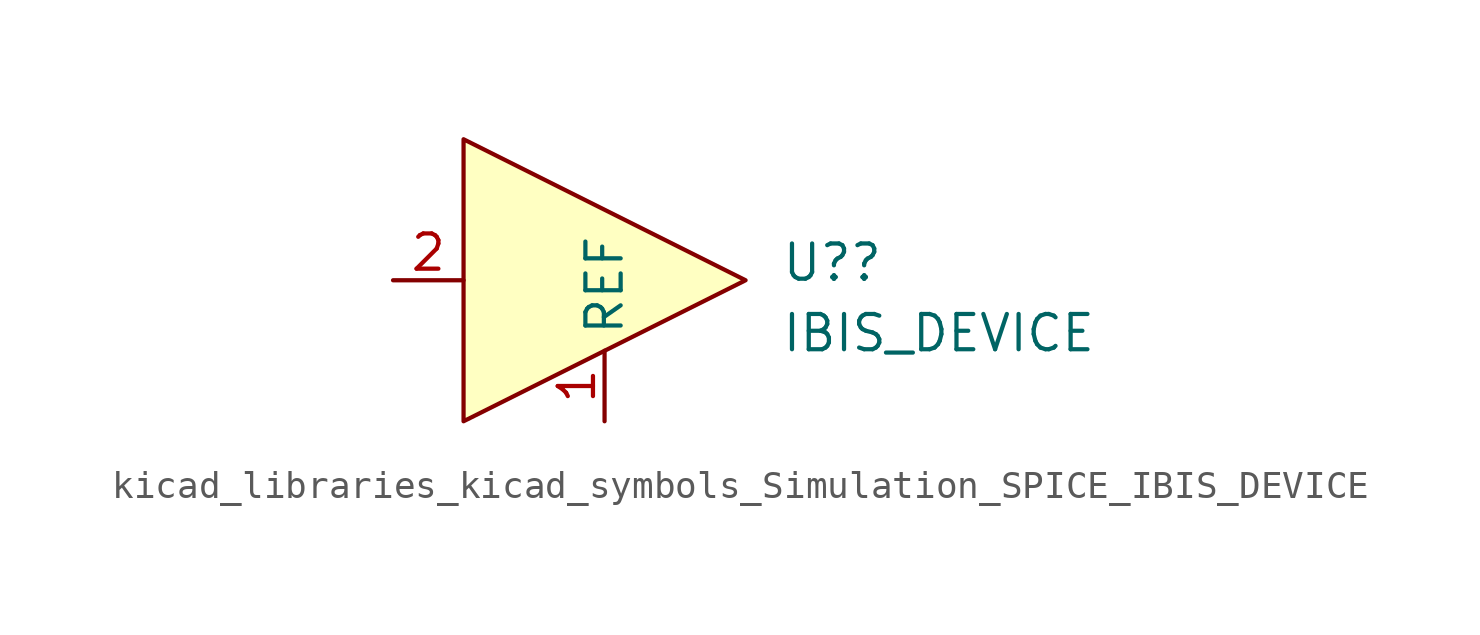
<source format=kicad_sym>
(kicad_symbol_lib
  (version 20220914)
  (generator kicad_symbol_editor)
  (symbol "kicad_libraries_kicad_symbols_Simulation_SPICE_IBIS_DEVICE"
    (property "Reference" "U?"
      (at 6.35 0.635 0)
      (effects (font (size 1.27 1.27)) (justify left)))
    (property "Value" "IBIS_DEVICE"
      (at 6.35 -1.905 0)
      (effects (font (size 1.27 1.27)) (justify left)))
    (symbol "kicad_libraries_kicad_symbols_Simulation_SPICE_IBIS_DEVICE_0_1"
      (polyline (pts (xy 5.08 0) (xy -5.08 5.08) (xy -5.08 -5.08) (xy 5.08 0)) (stroke (width 0) (type default)) (fill (type background))))
    (symbol "kicad_libraries_kicad_symbols_Simulation_SPICE_IBIS_DEVICE_1_1"
      (pin power_in line (at 0 -5.08 90) (length 2.54) (name "REF" (effects (font (size 1.27 1.27)))) (number "1" (effects (font (size 1.27 1.27)))))
      (pin input line (at -7.62 0 0) (length 2.54) (name "" (effects (font (size 1.27 1.27)))) (number "2" (effects (font (size 1.27 1.27))))))))
</source>
